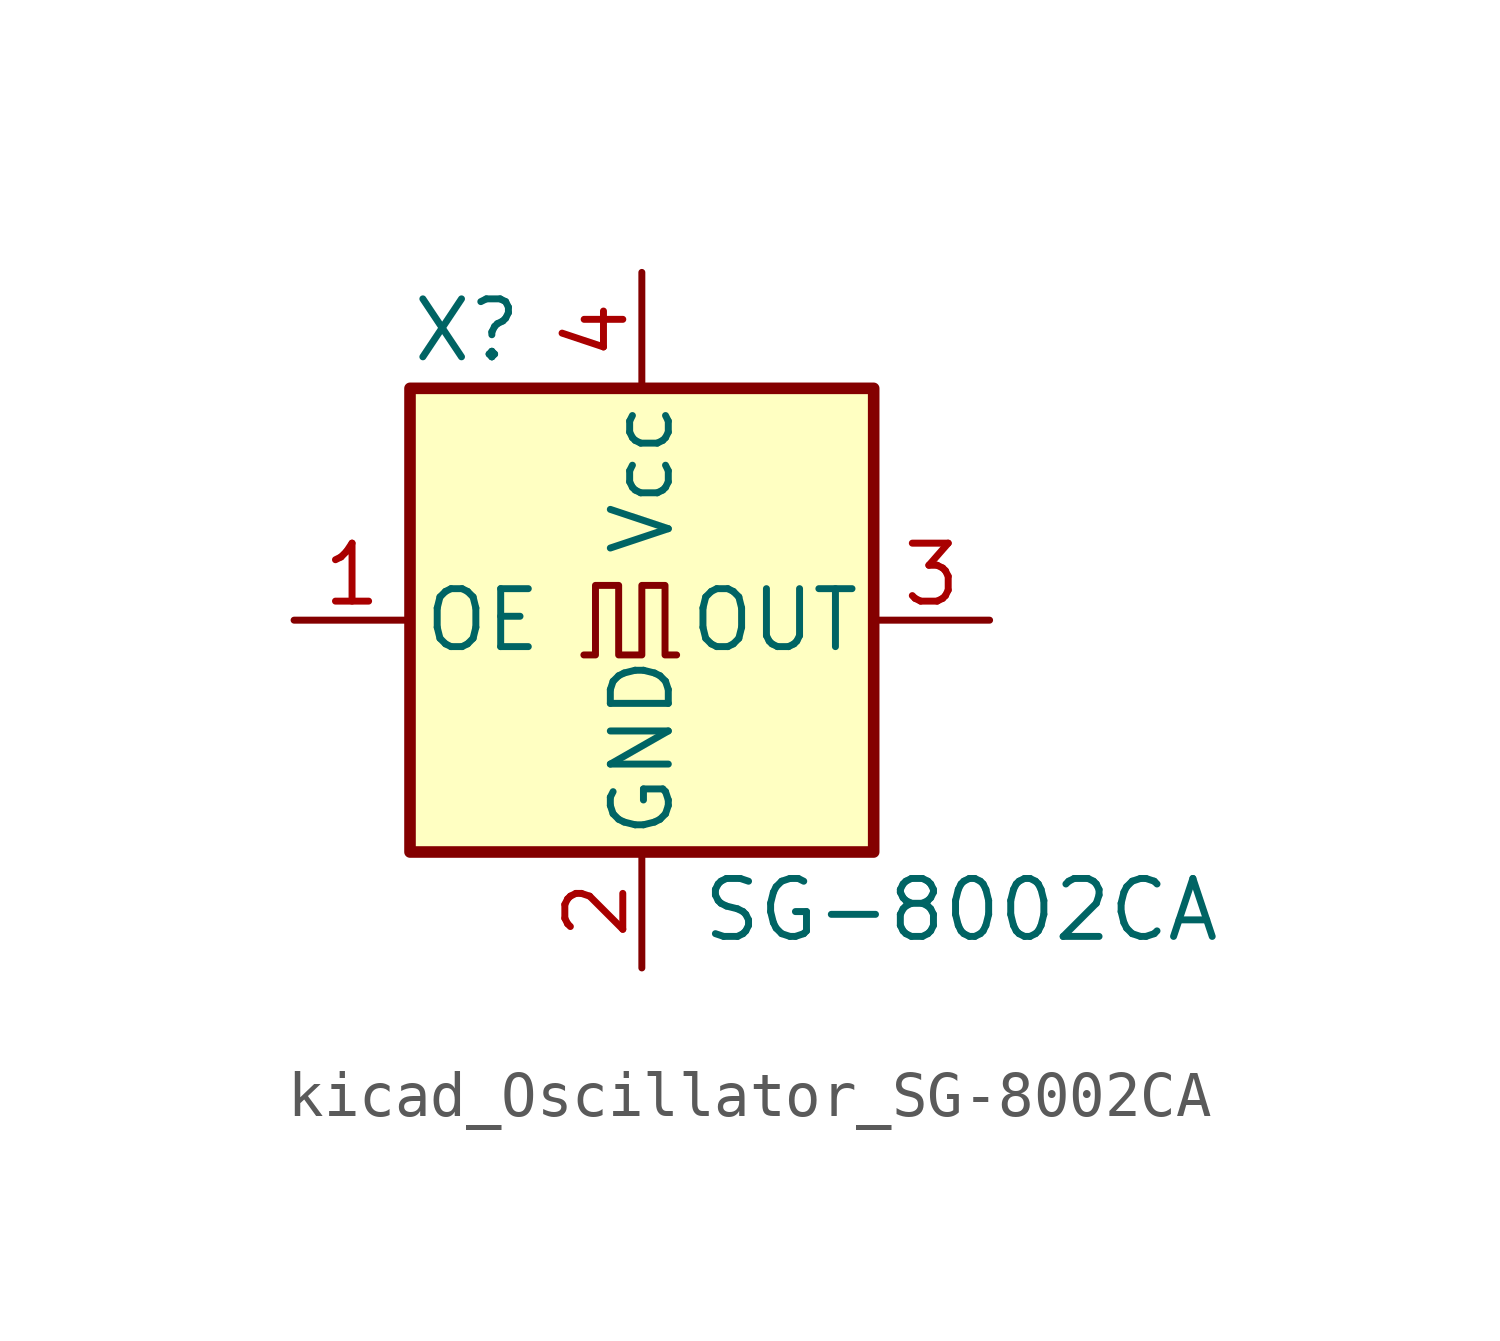
<source format=kicad_sym>
(kicad_symbol_lib
  (version 20220914)
  (generator kicad_symbol_editor)
  (symbol "kicad_Oscillator_SG-8002CA"
    (pin_names
      (offset 0.254))
    (property "Reference" "X"
      (at -5.08 6.35 0)
      (effects (font (size 1.27 1.27)) (justify left)))
    (property "Value" "SG-8002CA"
      (at 1.27 -6.35 0)
      (effects (font (size 1.27 1.27)) (justify left)))
    (symbol "kicad_Oscillator_SG-8002CA_0_1"
      (rectangle (start -5.08 5.08) (end 5.08 -5.08) (stroke (width 0.254) (type default)) (fill (type background)))
      (polyline (pts (xy -1.27 -0.762) (xy -1.016 -0.762) (xy -1.016 0.762) (xy -0.508 0.762) (xy -0.508 -0.762) (xy 0 -0.762) (xy 0 0.762) (xy 0.508 0.762) (xy 0.508 -0.762) (xy 0.762 -0.762)) (stroke (width 0) (type default)) (fill (type none))))
    (symbol "kicad_Oscillator_SG-8002CA_1_1"
      (pin input line (at -7.62 0 0) (length 2.54) (name "OE" (effects (font (size 1.27 1.27)))) (number "1" (effects (font (size 1.27 1.27)))))
      (pin power_in line (at 0 -7.62 90) (length 2.54) (name "GND" (effects (font (size 1.27 1.27)))) (number "2" (effects (font (size 1.27 1.27)))))
      (pin output line (at 7.62 0 180) (length 2.54) (name "OUT" (effects (font (size 1.27 1.27)))) (number "3" (effects (font (size 1.27 1.27)))))
      (pin power_in line (at 0 7.62 270) (length 2.54) (name "Vcc" (effects (font (size 1.27 1.27)))) (number "4" (effects (font (size 1.27 1.27))))))))
</source>
